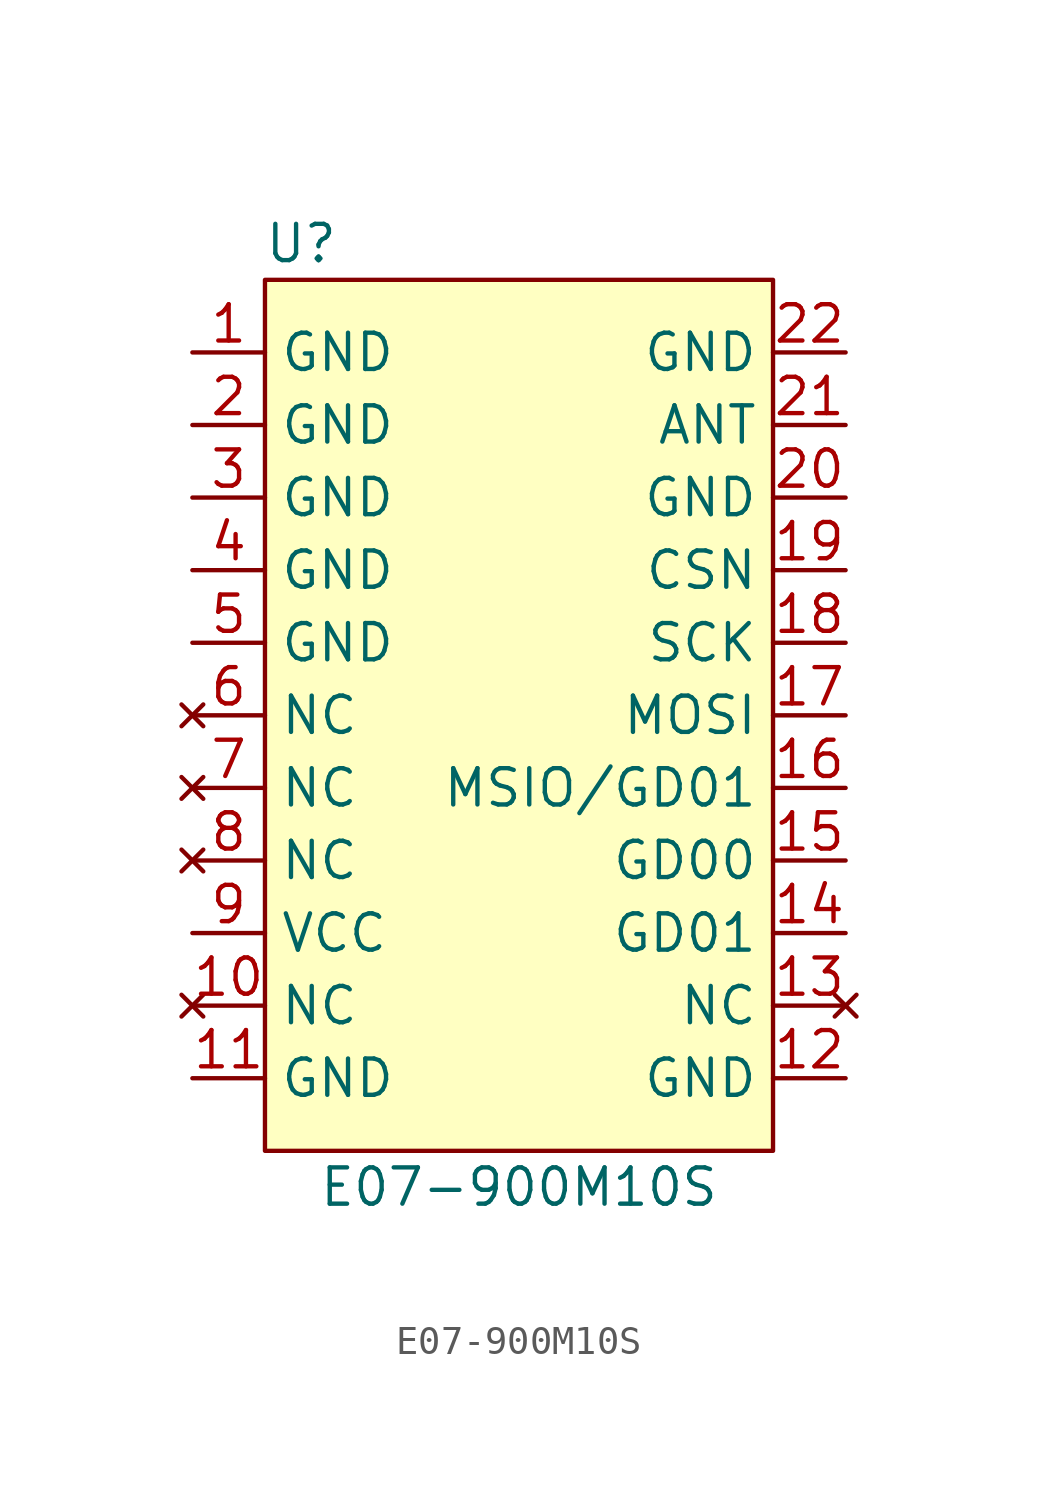
<source format=kicad_sym>
(kicad_symbol_lib
  (version 20220914)
  (generator kicad_symbol_editor)
  (symbol "E07-900M10S"
    (property "Reference" "U"
      (at -2.54 0 0)
      (effects (font (size 1.27 1.27))))
    (property "Value" "E07-900M10S"
      (at 5.08 -33.02 0)
      (effects (font (size 1.27 1.27))))
    (symbol "E07-900M10S_0_0"
      (text "" (at -5.08 -13.97 0) (effects (font (size 1.27 1.27)))))
    (symbol "E07-900M10S_1_1"
      (rectangle (start -3.81 -1.27) (end 13.97 -31.75) (stroke (width 0) (type default)) (fill (type background)))
      (pin power_in line (at -6.35 -3.81 0) (length 2.54) (name "GND" (effects (font (size 1.27 1.27)))) (number "1" (effects (font (size 1.27 1.27)))))
      (pin no_connect line (at -6.35 -26.67 0) (length 2.54) (name "NC" (effects (font (size 1.27 1.27)))) (number "10" (effects (font (size 1.27 1.27)))))
      (pin power_in line (at -6.35 -29.21 0) (length 2.54) (name "GND" (effects (font (size 1.27 1.27)))) (number "11" (effects (font (size 1.27 1.27)))))
      (pin power_in line (at 16.51 -29.21 180) (length 2.54) (name "GND" (effects (font (size 1.27 1.27)))) (number "12" (effects (font (size 1.27 1.27)))))
      (pin no_connect line (at 16.51 -26.67 180) (length 2.54) (name "NC" (effects (font (size 1.27 1.27)))) (number "13" (effects (font (size 1.27 1.27)))))
      (pin unspecified line (at 16.51 -24.13 180) (length 2.54) (name "GD01" (effects (font (size 1.27 1.27)))) (number "14" (effects (font (size 1.27 1.27)))))
      (pin unspecified line (at 16.51 -21.59 180) (length 2.54) (name "GD00" (effects (font (size 1.27 1.27)))) (number "15" (effects (font (size 1.27 1.27)))))
      (pin output line (at 16.51 -19.05 180) (length 2.54) (name "MSIO/GD01" (effects (font (size 1.27 1.27)))) (number "16" (effects (font (size 1.27 1.27)))))
      (pin input line (at 16.51 -16.51 180) (length 2.54) (name "MOSI" (effects (font (size 1.27 1.27)))) (number "17" (effects (font (size 1.27 1.27)))))
      (pin input line (at 16.51 -13.97 180) (length 2.54) (name "SCK" (effects (font (size 1.27 1.27)))) (number "18" (effects (font (size 1.27 1.27)))))
      (pin input line (at 16.51 -11.43 180) (length 2.54) (name "CSN" (effects (font (size 1.27 1.27)))) (number "19" (effects (font (size 1.27 1.27)))))
      (pin power_in line (at -6.35 -6.35 0) (length 2.54) (name "GND" (effects (font (size 1.27 1.27)))) (number "2" (effects (font (size 1.27 1.27)))))
      (pin power_in line (at 16.51 -8.89 180) (length 2.54) (name "GND" (effects (font (size 1.27 1.27)))) (number "20" (effects (font (size 1.27 1.27)))))
      (pin bidirectional line (at 16.51 -6.35 180) (length 2.54) (name "ANT" (effects (font (size 1.27 1.27)))) (number "21" (effects (font (size 1.27 1.27)))))
      (pin power_in line (at 16.51 -3.81 180) (length 2.54) (name "GND" (effects (font (size 1.27 1.27)))) (number "22" (effects (font (size 1.27 1.27)))))
      (pin power_in line (at -6.35 -8.89 0) (length 2.54) (name "GND" (effects (font (size 1.27 1.27)))) (number "3" (effects (font (size 1.27 1.27)))))
      (pin power_in line (at -6.35 -11.43 0) (length 2.54) (name "GND" (effects (font (size 1.27 1.27)))) (number "4" (effects (font (size 1.27 1.27)))))
      (pin power_in line (at -6.35 -13.97 0) (length 2.54) (name "GND" (effects (font (size 1.27 1.27)))) (number "5" (effects (font (size 1.27 1.27)))))
      (pin no_connect line (at -6.35 -16.51 0) (length 2.54) (name "NC" (effects (font (size 1.27 1.27)))) (number "6" (effects (font (size 1.27 1.27)))))
      (pin no_connect line (at -6.35 -19.05 0) (length 2.54) (name "NC" (effects (font (size 1.27 1.27)))) (number "7" (effects (font (size 1.27 1.27)))))
      (pin no_connect line (at -6.35 -21.59 0) (length 2.54) (name "NC" (effects (font (size 1.27 1.27)))) (number "8" (effects (font (size 1.27 1.27)))))
      (pin power_in line (at -6.35 -24.13 0) (length 2.54) (name "VCC" (effects (font (size 1.27 1.27)))) (number "9" (effects (font (size 1.27 1.27))))))))
</source>
